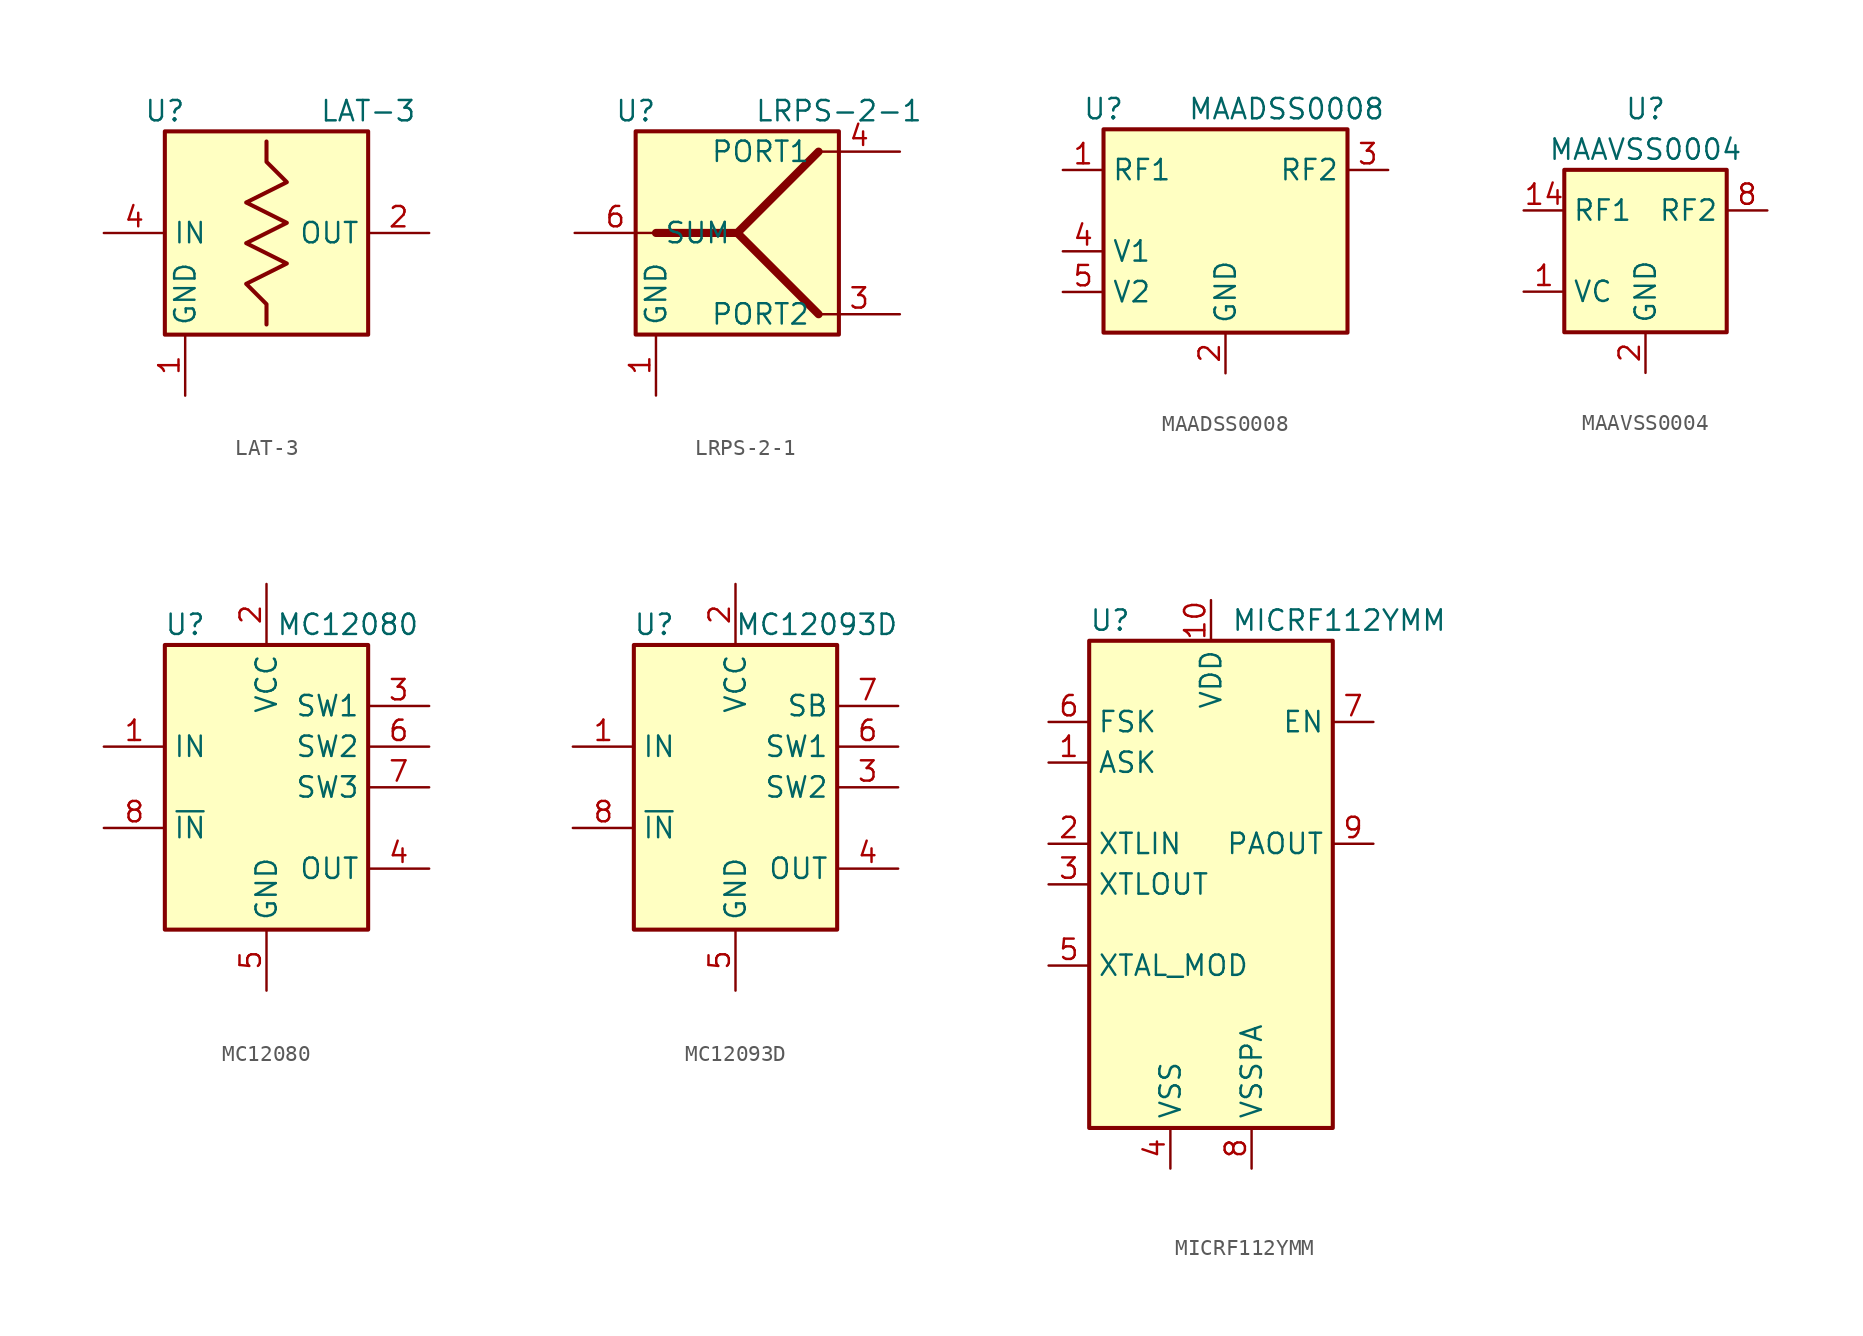
<source format=kicad_sym>
(kicad_symbol_lib
  (version 20201005)
  (generator kicad_symbol_editor)
  (symbol "RF:LAT-3"
    (property "Reference" "U"
      (at -6.35 7.62 0)
      (effects (font (size 1.27 1.27))))
    (property "Value" "LAT-3"
      (at 6.35 7.62 0)
      (effects (font (size 1.27 1.27))))
    (symbol "LAT-3_0_1"
      (rectangle (start -6.35 6.35) (end 6.35 -6.35) (stroke (width 0.254)) (fill (type background)))
      (polyline (pts (xy 0 -5.715) (xy 0 -4.445) (xy -1.27 -3.175) (xy 1.27 -1.905) (xy -1.27 -0.635) (xy 1.27 0.635) (xy -1.27 1.905) (xy 1.27 3.175) (xy 0 4.445) (xy 0 5.715)) (stroke (width 0.254)) (fill (type none))))
    (symbol "LAT-3_1_1"
      (pin power_in line (at -5.08 -10.16 90) (length 3.81) (name "GND" (effects (font (size 1.27 1.27)))) (number "1" (effects (font (size 1.27 1.27)))))
      (pin output line (at 10.16 0 180) (length 3.81) (name "OUT" (effects (font (size 1.27 1.27)))) (number "2" (effects (font (size 1.27 1.27)))))
      (pin passive line (at -5.08 -10.16 90) (length 3.81) hide (name "GND" (effects (font (size 1.27 1.27)))) (number "3" (effects (font (size 1.27 1.27)))))
      (pin input line (at -10.16 0 0) (length 3.81) (name "IN" (effects (font (size 1.27 1.27)))) (number "4" (effects (font (size 1.27 1.27)))))))
  (symbol "RF:LRPS-2-1"
    (property "Reference" "U"
      (at -6.35 7.62 0)
      (effects (font (size 1.27 1.27))))
    (property "Value" "LRPS-2-1"
      (at 6.35 7.62 0)
      (effects (font (size 1.27 1.27))))
    (symbol "LRPS-2-1_0_1"
      (rectangle (start -6.35 6.35) (end 6.35 -6.35) (stroke (width 0.254)) (fill (type background)))
      (polyline (pts (xy 0 0) (xy 5.08 -5.08)) (stroke (width 0.508)) (fill (type none)))
      (polyline (pts (xy -5.08 0) (xy 0 0) (xy 5.08 5.08)) (stroke (width 0.508)) (fill (type none))))
    (symbol "LRPS-2-1_1_1"
      (pin passive line (at -5.08 -10.16 90) (length 3.81) (name "GND" (effects (font (size 1.27 1.27)))) (number "1" (effects (font (size 1.27 1.27)))))
      (pin no_connect line (at 5.08 2.54 180) (length 5.08) hide (name "NC" (effects (font (size 1.27 1.27)))) (number "2" (effects (font (size 1.27 1.27)))))
      (pin passive line (at 10.16 -5.08 180) (length 5.08) (name "PORT2" (effects (font (size 1.27 1.27)))) (number "3" (effects (font (size 1.27 1.27)))))
      (pin passive line (at 10.16 5.08 180) (length 5.08) (name "PORT1" (effects (font (size 1.27 1.27)))) (number "4" (effects (font (size 1.27 1.27)))))
      (pin no_connect line (at 5.08 -2.54 180) (length 5.08) hide (name "NC" (effects (font (size 1.27 1.27)))) (number "5" (effects (font (size 1.27 1.27)))))
      (pin passive line (at -10.16 0 0) (length 5.08) (name "SUM" (effects (font (size 1.27 1.27)))) (number "6" (effects (font (size 1.27 1.27)))))))
  (symbol "RF:MAADSS0008"
    (property "Reference" "U"
      (at -7.62 6.35 0)
      (effects (font (size 1.27 1.27))))
    (property "Value" "MAADSS0008"
      (at 3.81 6.35 0)
      (effects (font (size 1.27 1.27))))
    (symbol "MAADSS0008_0_1"
      (rectangle (start -7.62 5.08) (end 7.62 -7.62) (stroke (width 0.254)) (fill (type background))))
    (symbol "MAADSS0008_1_1"
      (pin passive line (at -10.16 2.54 0) (length 2.54) (name "RF1" (effects (font (size 1.27 1.27)))) (number "1" (effects (font (size 1.27 1.27)))))
      (pin passive line (at 0 -10.16 90) (length 2.54) (name "GND" (effects (font (size 1.27 1.27)))) (number "2" (effects (font (size 1.27 1.27)))))
      (pin passive line (at 10.16 2.54 180) (length 2.54) (name "RF2" (effects (font (size 1.27 1.27)))) (number "3" (effects (font (size 1.27 1.27)))))
      (pin input line (at -10.16 -2.54 0) (length 2.54) (name "V1" (effects (font (size 1.27 1.27)))) (number "4" (effects (font (size 1.27 1.27)))))
      (pin input line (at -10.16 -5.08 0) (length 2.54) (name "V2" (effects (font (size 1.27 1.27)))) (number "5" (effects (font (size 1.27 1.27)))))))
  (symbol "RF:MAAVSS0004"
    (property "Reference" "U"
      (at 0 8.89 0)
      (effects (font (size 1.27 1.27))))
    (property "Value" "MAAVSS0004"
      (at 0 6.35 0)
      (effects (font (size 1.27 1.27))))
    (symbol "MAAVSS0004_0_1"
      (rectangle (start -5.08 5.08) (end 5.08 -5.08) (stroke (width 0.254)) (fill (type background))))
    (symbol "MAAVSS0004_1_1"
      (pin input line (at -7.62 -2.54 0) (length 2.54) (name "VC" (effects (font (size 1.27 1.27)))) (number "1" (effects (font (size 1.27 1.27)))))
      (pin passive line (at 0 -7.62 90) (length 2.54) hide (name "GND" (effects (font (size 1.27 1.27)))) (number "10" (effects (font (size 1.27 1.27)))))
      (pin passive line (at 0 -7.62 90) (length 2.54) hide (name "GND" (effects (font (size 1.27 1.27)))) (number "11" (effects (font (size 1.27 1.27)))))
      (pin passive line (at 0 -7.62 90) (length 2.54) hide (name "GND" (effects (font (size 1.27 1.27)))) (number "12" (effects (font (size 1.27 1.27)))))
      (pin passive line (at 0 -7.62 90) (length 2.54) hide (name "GND" (effects (font (size 1.27 1.27)))) (number "13" (effects (font (size 1.27 1.27)))))
      (pin passive line (at -7.62 2.54 0) (length 2.54) (name "RF1" (effects (font (size 1.27 1.27)))) (number "14" (effects (font (size 1.27 1.27)))))
      (pin power_in line (at 0 -7.62 90) (length 2.54) (name "GND" (effects (font (size 1.27 1.27)))) (number "2" (effects (font (size 1.27 1.27)))))
      (pin passive line (at 0 -7.62 90) (length 2.54) hide (name "GND" (effects (font (size 1.27 1.27)))) (number "3" (effects (font (size 1.27 1.27)))))
      (pin passive line (at 0 -7.62 90) (length 2.54) hide (name "GND" (effects (font (size 1.27 1.27)))) (number "4" (effects (font (size 1.27 1.27)))))
      (pin passive line (at 0 -7.62 90) (length 2.54) hide (name "GND" (effects (font (size 1.27 1.27)))) (number "5" (effects (font (size 1.27 1.27)))))
      (pin passive line (at 0 -7.62 90) (length 2.54) hide (name "GND" (effects (font (size 1.27 1.27)))) (number "6" (effects (font (size 1.27 1.27)))))
      (pin passive line (at 0 -7.62 90) (length 2.54) hide (name "GND" (effects (font (size 1.27 1.27)))) (number "7" (effects (font (size 1.27 1.27)))))
      (pin passive line (at 7.62 2.54 180) (length 2.54) (name "RF2" (effects (font (size 1.27 1.27)))) (number "8" (effects (font (size 1.27 1.27)))))
      (pin passive line (at 0 -7.62 90) (length 2.54) hide (name "GND" (effects (font (size 1.27 1.27)))) (number "9" (effects (font (size 1.27 1.27)))))))
  (symbol "RF:MC12080"
    (property "Reference" "U"
      (at -5.08 10.16 0)
      (effects (font (size 1.27 1.27))))
    (property "Value" "MC12080"
      (at 5.08 10.16 0)
      (effects (font (size 1.27 1.27))))
    (symbol "MC12080_0_1"
      (rectangle (start -6.35 8.89) (end 6.35 -8.89) (stroke (width 0.254)) (fill (type background))))
    (symbol "MC12080_1_1"
      (pin input line (at -10.16 2.54 0) (length 3.81) (name "IN" (effects (font (size 1.27 1.27)))) (number "1" (effects (font (size 1.27 1.27)))))
      (pin power_in line (at 0 12.7 270) (length 3.81) (name "VCC" (effects (font (size 1.27 1.27)))) (number "2" (effects (font (size 1.27 1.27)))))
      (pin input line (at 10.16 5.08 180) (length 3.81) (name "SW1" (effects (font (size 1.27 1.27)))) (number "3" (effects (font (size 1.27 1.27)))))
      (pin output line (at 10.16 -5.08 180) (length 3.81) (name "OUT" (effects (font (size 1.27 1.27)))) (number "4" (effects (font (size 1.27 1.27)))))
      (pin power_in line (at 0 -12.7 90) (length 3.81) (name "GND" (effects (font (size 1.27 1.27)))) (number "5" (effects (font (size 1.27 1.27)))))
      (pin input line (at 10.16 2.54 180) (length 3.81) (name "SW2" (effects (font (size 1.27 1.27)))) (number "6" (effects (font (size 1.27 1.27)))))
      (pin input line (at 10.16 0 180) (length 3.81) (name "SW3" (effects (font (size 1.27 1.27)))) (number "7" (effects (font (size 1.27 1.27)))))
      (pin input line (at -10.16 -2.54 0) (length 3.81) (name "~IN" (effects (font (size 1.27 1.27)))) (number "8" (effects (font (size 1.27 1.27)))))))
  (symbol "RF:MC12093D"
    (property "Reference" "U"
      (at -5.08 10.16 0)
      (effects (font (size 1.27 1.27))))
    (property "Value" "MC12093D"
      (at 5.08 10.16 0)
      (effects (font (size 1.27 1.27))))
    (symbol "MC12093D_0_1"
      (rectangle (start -6.35 8.89) (end 6.35 -8.89) (stroke (width 0.254)) (fill (type background))))
    (symbol "MC12093D_1_1"
      (pin input line (at -10.16 2.54 0) (length 3.81) (name "IN" (effects (font (size 1.27 1.27)))) (number "1" (effects (font (size 1.27 1.27)))))
      (pin power_in line (at 0 12.7 270) (length 3.81) (name "VCC" (effects (font (size 1.27 1.27)))) (number "2" (effects (font (size 1.27 1.27)))))
      (pin input line (at 10.16 0 180) (length 3.81) (name "SW2" (effects (font (size 1.27 1.27)))) (number "3" (effects (font (size 1.27 1.27)))))
      (pin output line (at 10.16 -5.08 180) (length 3.81) (name "OUT" (effects (font (size 1.27 1.27)))) (number "4" (effects (font (size 1.27 1.27)))))
      (pin power_in line (at 0 -12.7 90) (length 3.81) (name "GND" (effects (font (size 1.27 1.27)))) (number "5" (effects (font (size 1.27 1.27)))))
      (pin input line (at 10.16 2.54 180) (length 3.81) (name "SW1" (effects (font (size 1.27 1.27)))) (number "6" (effects (font (size 1.27 1.27)))))
      (pin input line (at 10.16 5.08 180) (length 3.81) (name "SB" (effects (font (size 1.27 1.27)))) (number "7" (effects (font (size 1.27 1.27)))))
      (pin input line (at -10.16 -2.54 0) (length 3.81) (name "~IN" (effects (font (size 1.27 1.27)))) (number "8" (effects (font (size 1.27 1.27)))))))
  (symbol "RF:MICRF112YMM"
    (property "Reference" "U"
      (at -7.62 16.51 0)
      (effects (font (size 1.27 1.27)) (justify left)))
    (property "Value" "MICRF112YMM"
      (at 1.27 16.51 0)
      (effects (font (size 1.27 1.27)) (justify left)))
    (symbol "MICRF112YMM_0_1"
      (polyline (pts (xy 7.62 15.24) (xy -7.62 15.24) (xy -7.62 -15.24) (xy 7.62 -15.24) (xy 7.62 15.24)) (stroke (width 0.254)) (fill (type background))))
    (symbol "MICRF112YMM_1_1"
      (pin input line (at -10.16 7.62 0) (length 2.54) (name "ASK" (effects (font (size 1.27 1.27)))) (number "1" (effects (font (size 1.27 1.27)))))
      (pin power_in line (at 0 17.78 270) (length 2.54) (name "VDD" (effects (font (size 1.27 1.27)))) (number "10" (effects (font (size 1.27 1.27)))))
      (pin input line (at -10.16 2.54 0) (length 2.54) (name "XTLIN" (effects (font (size 1.27 1.27)))) (number "2" (effects (font (size 1.27 1.27)))))
      (pin output line (at -10.16 0 0) (length 2.54) (name "XTLOUT" (effects (font (size 1.27 1.27)))) (number "3" (effects (font (size 1.27 1.27)))))
      (pin power_in line (at -2.54 -17.78 90) (length 2.54) (name "VSS" (effects (font (size 1.27 1.27)))) (number "4" (effects (font (size 1.27 1.27)))))
      (pin passive line (at -10.16 -5.08 0) (length 2.54) (name "XTAL_MOD" (effects (font (size 1.27 1.27)))) (number "5" (effects (font (size 1.27 1.27)))))
      (pin input line (at -10.16 10.16 0) (length 2.54) (name "FSK" (effects (font (size 1.27 1.27)))) (number "6" (effects (font (size 1.27 1.27)))))
      (pin input line (at 10.16 10.16 180) (length 2.54) (name "EN" (effects (font (size 1.27 1.27)))) (number "7" (effects (font (size 1.27 1.27)))))
      (pin power_in line (at 2.54 -17.78 90) (length 2.54) (name "VSSPA" (effects (font (size 1.27 1.27)))) (number "8" (effects (font (size 1.27 1.27)))))
      (pin output line (at 10.16 2.54 180) (length 2.54) (name "PAOUT" (effects (font (size 1.27 1.27)))) (number "9" (effects (font (size 1.27 1.27))))))))
</source>
